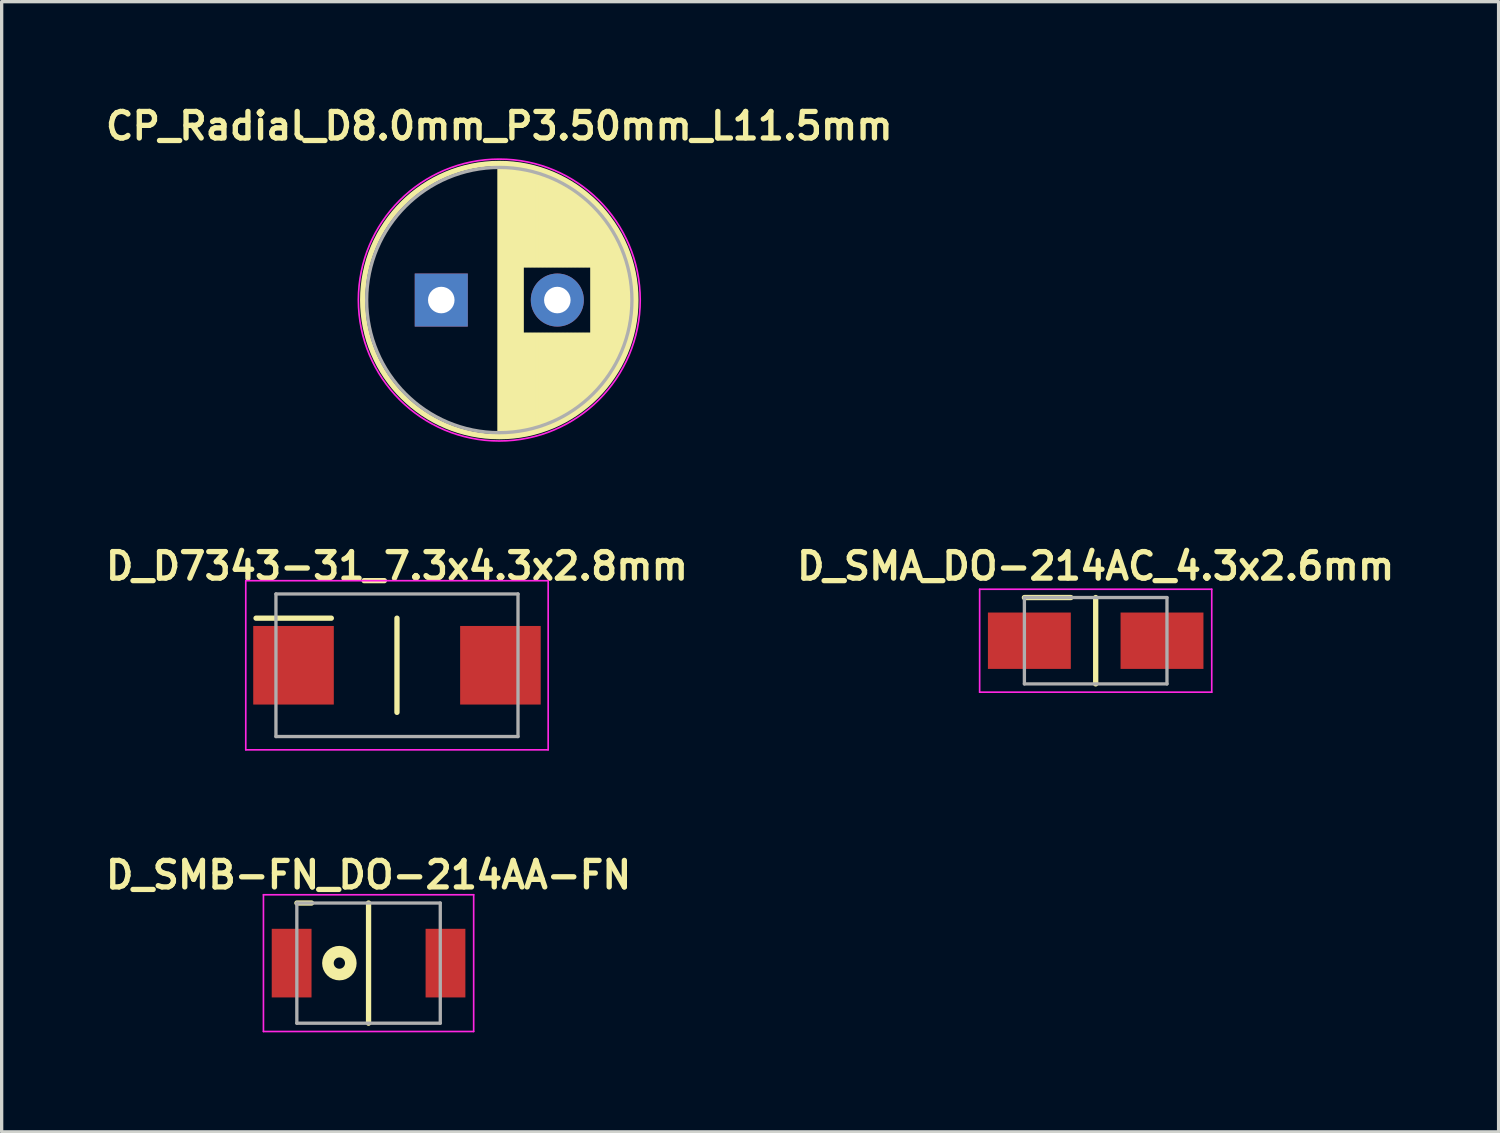
<source format=kicad_pcb>
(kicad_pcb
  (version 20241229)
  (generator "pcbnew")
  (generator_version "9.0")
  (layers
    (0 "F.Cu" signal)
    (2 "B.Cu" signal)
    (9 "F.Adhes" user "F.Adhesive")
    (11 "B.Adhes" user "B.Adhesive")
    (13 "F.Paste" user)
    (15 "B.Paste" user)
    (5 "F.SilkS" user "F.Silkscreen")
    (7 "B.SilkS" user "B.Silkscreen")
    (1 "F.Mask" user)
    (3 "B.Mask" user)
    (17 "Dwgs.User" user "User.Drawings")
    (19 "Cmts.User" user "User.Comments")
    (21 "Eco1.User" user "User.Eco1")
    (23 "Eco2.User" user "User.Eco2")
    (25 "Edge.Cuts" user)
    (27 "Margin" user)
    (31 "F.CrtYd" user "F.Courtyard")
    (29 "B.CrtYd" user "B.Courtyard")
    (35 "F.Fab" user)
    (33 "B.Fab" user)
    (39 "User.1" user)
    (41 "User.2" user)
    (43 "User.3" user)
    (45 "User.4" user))
  (footprint "D_SMB-FN_DO-214AA-FN"
    (layer "F.Cu")
    (at 8.065 25.996)
    (property "Reference" "D_SMB-FN_DO-214AA-FN" (at 0 -2.66 0) (layer "F.SilkS") (effects (font (size 0.8 0.8) (thickness 0.16))))
    (attr through_hole)
    (fp_line (start -2.16 -1.812) (end -1.72 -1.812) (stroke (width 0.16) (type solid)) (layer "F.SilkS"))
    (fp_line (start 0 -1.812) (end 0 1.812) (stroke (width 0.16) (type solid)) (layer "F.SilkS"))
    (fp_circle (center -0.88 0) (end -0.71 0) (stroke (width 0.35) (type solid)) (fill no) (layer "F.SilkS"))
    (fp_line (start -3.17 -2.062) (end -3.17 2.062) (stroke (width 0.05) (type solid)) (layer "F.CrtYd"))
    (fp_line (start -3.17 -2.062) (end 3.17 -2.062) (stroke (width 0.05) (type solid)) (layer "F.CrtYd"))
    (fp_line (start 3.17 2.062) (end -3.17 2.062) (stroke (width 0.05) (type solid)) (layer "F.CrtYd"))
    (fp_line (start 3.17 2.062) (end 3.17 -2.062) (stroke (width 0.05) (type solid)) (layer "F.CrtYd"))
    (fp_line (start -2.163 -1.812) (end -2.163 1.812) (stroke (width 0.1) (type solid)) (layer "F.Fab"))
    (fp_line (start -2.163 -1.812) (end 2.163 -1.812) (stroke (width 0.1) (type solid)) (layer "F.Fab"))
    (fp_line (start 2.163 1.812) (end -2.163 1.812) (stroke (width 0.1) (type solid)) (layer "F.Fab"))
    (fp_line (start 2.163 1.812) (end 2.163 -1.812) (stroke (width 0.1) (type solid)) (layer "F.Fab"))
    (pad "1" smd rect (at -2.32 0) (size 1.2 2.07) (layers "F.Cu" "F.Mask" "F.Paste"))
    (pad "2" smd rect (at 2.32 0) (size 1.2 2.07) (layers "F.Cu" "F.Mask" "F.Paste")))
  (footprint "D_SMA_DO-214AC_4.3x2.6mm"
    (layer "F.Cu")
    (at 29.994 16.273)
    (property "Reference" "D_SMA_DO-214AC_4.3x2.6mm" (at 0 -2.25 0) (layer "F.SilkS") (effects (font (size 0.8 0.8) (thickness 0.16))))
    (attr through_hole)
    (fp_line (start -0.75 -1.302) (end -2.15 -1.302) (stroke (width 0.16) (type solid)) (layer "F.SilkS"))
    (fp_line (start 0 -1.302) (end 0 1.302) (stroke (width 0.16) (type solid)) (layer "F.SilkS"))
    (fp_line (start -3.5 -1.552) (end -3.5 1.552) (stroke (width 0.05) (type solid)) (layer "F.CrtYd"))
    (fp_line (start -3.5 -1.552) (end 3.5 -1.552) (stroke (width 0.05) (type solid)) (layer "F.CrtYd"))
    (fp_line (start 3.5 -1.552) (end 3.5 1.552) (stroke (width 0.05) (type solid)) (layer "F.CrtYd"))
    (fp_line (start 3.5 1.552) (end -3.5 1.552) (stroke (width 0.05) (type solid)) (layer "F.CrtYd"))
    (fp_line (start -2.15 -1.302) (end -2.15 1.302) (stroke (width 0.1) (type solid)) (layer "F.Fab"))
    (fp_line (start -2.15 -1.302) (end 2.15 -1.302) (stroke (width 0.1) (type solid)) (layer "F.Fab"))
    (fp_line (start 2.15 1.302) (end -2.15 1.302) (stroke (width 0.1) (type solid)) (layer "F.Fab"))
    (fp_line (start 2.15 1.302) (end 2.15 -1.302) (stroke (width 0.1) (type solid)) (layer "F.Fab"))
    (pad "1" smd rect (at -2 0) (size 2.5 1.7) (layers "F.Cu" "F.Mask" "F.Paste"))
    (pad "2" smd rect (at 2 0) (size 2.5 1.7) (layers "F.Cu" "F.Mask" "F.Paste")))
  (footprint "D_D7343-31_7.3x4.3x2.8mm"
    (layer "F.Cu")
    (at 8.922 17.013)
    (property "Reference" "D_D7343-31_7.3x4.3x2.8mm" (at 0 -2.99 0) (layer "F.SilkS") (effects (font (size 0.8 0.8) (thickness 0.16))))
    (attr through_hole)
    (fp_line (start -4.25 -1.42) (end -1.98 -1.42) (stroke (width 0.16) (type solid)) (layer "F.SilkS"))
    (fp_line (start 0 -1.42) (end 0 1.42) (stroke (width 0.16) (type solid)) (layer "F.SilkS"))
    (fp_line (start -4.56 -2.55) (end -4.56 2.55) (stroke (width 0.05) (type solid)) (layer "F.CrtYd"))
    (fp_line (start -4.56 -2.55) (end 4.56 -2.55) (stroke (width 0.05) (type solid)) (layer "F.CrtYd"))
    (fp_line (start 4.56 2.55) (end -4.56 2.55) (stroke (width 0.05) (type solid)) (layer "F.CrtYd"))
    (fp_line (start 4.56 2.55) (end 4.56 -2.55) (stroke (width 0.05) (type solid)) (layer "F.CrtYd"))
    (fp_line (start -3.65 -2.15) (end -3.65 2.15) (stroke (width 0.1) (type solid)) (layer "F.Fab"))
    (fp_line (start -3.65 -2.15) (end 3.65 -2.15) (stroke (width 0.1) (type solid)) (layer "F.Fab"))
    (fp_line (start 3.65 2.15) (end -3.65 2.15) (stroke (width 0.1) (type solid)) (layer "F.Fab"))
    (fp_line (start 3.65 2.15) (end 3.65 -2.15) (stroke (width 0.1) (type solid)) (layer "F.Fab"))
    (pad "1" smd rect (at -3.12 0 90) (size 2.37 2.43) (layers "F.Cu" "F.Mask" "F.Paste"))
    (pad "2" smd rect (at 3.12 0 90) (size 2.37 2.43) (layers "F.Cu" "F.Mask" "F.Paste")))
  (footprint "CP_Radial_D8.0mm_P3.50mm_L11.5mm"
    (layer "F.Cu")
    (at 12.008 5.999)
    (property "Reference" "CP_Radial_D8.0mm_P3.50mm_L11.5mm" (at 0 -5.25 0) (layer "F.SilkS") (effects (font (size 0.8 0.8) (thickness 0.16))))
    (attr through_hole)
    (fp_line (start 0 -4.08) (end 0 4.08) (stroke (width 0.12) (type solid)) (layer "F.SilkS"))
    (fp_line (start 0.04 -4.08) (end 0.04 4.08) (stroke (width 0.12) (type solid)) (layer "F.SilkS"))
    (fp_line (start 0.08 -4.08) (end 0.08 4.08) (stroke (width 0.12) (type solid)) (layer "F.SilkS"))
    (fp_line (start 0.12 -4.079) (end 0.12 4.079) (stroke (width 0.12) (type solid)) (layer "F.SilkS"))
    (fp_line (start 0.16 -4.077) (end 0.16 4.077) (stroke (width 0.12) (type solid)) (layer "F.SilkS"))
    (fp_line (start 0.2 -4.076) (end 0.2 4.076) (stroke (width 0.12) (type solid)) (layer "F.SilkS"))
    (fp_line (start 0.24 -4.074) (end 0.24 4.074) (stroke (width 0.12) (type solid)) (layer "F.SilkS"))
    (fp_line (start 0.28 -4.071) (end 0.28 4.071) (stroke (width 0.12) (type solid)) (layer "F.SilkS"))
    (fp_line (start 0.32 -4.068) (end 0.32 4.068) (stroke (width 0.12) (type solid)) (layer "F.SilkS"))
    (fp_line (start 0.36 -4.065) (end 0.36 4.065) (stroke (width 0.12) (type solid)) (layer "F.SilkS"))
    (fp_line (start 0.4 -4.061) (end 0.4 4.061) (stroke (width 0.12) (type solid)) (layer "F.SilkS"))
    (fp_line (start 0.44 -4.057) (end 0.44 4.057) (stroke (width 0.12) (type solid)) (layer "F.SilkS"))
    (fp_line (start 0.48 -4.052) (end 0.48 4.052) (stroke (width 0.12) (type solid)) (layer "F.SilkS"))
    (fp_line (start 0.52 -4.048) (end 0.52 4.048) (stroke (width 0.12) (type solid)) (layer "F.SilkS"))
    (fp_line (start 0.56 -4.042) (end 0.56 4.042) (stroke (width 0.12) (type solid)) (layer "F.SilkS"))
    (fp_line (start 0.6 -4.037) (end 0.6 4.037) (stroke (width 0.12) (type solid)) (layer "F.SilkS"))
    (fp_line (start 0.64 -4.03) (end 0.64 4.03) (stroke (width 0.12) (type solid)) (layer "F.SilkS"))
    (fp_line (start 0.68 -4.024) (end 0.68 4.024) (stroke (width 0.12) (type solid)) (layer "F.SilkS"))
    (fp_line (start 0.721 -4.017) (end 0.721 -1.04) (stroke (width 0.12) (type solid)) (layer "F.SilkS"))
    (fp_line (start 0.721 1.04) (end 0.721 4.017) (stroke (width 0.12) (type solid)) (layer "F.SilkS"))
    (fp_line (start 0.761 -4.01) (end 0.761 -1.04) (stroke (width 0.12) (type solid)) (layer "F.SilkS"))
    (fp_line (start 0.761 1.04) (end 0.761 4.01) (stroke (width 0.12) (type solid)) (layer "F.SilkS"))
    (fp_line (start 0.801 -4.002) (end 0.801 -1.04) (stroke (width 0.12) (type solid)) (layer "F.SilkS"))
    (fp_line (start 0.801 1.04) (end 0.801 4.002) (stroke (width 0.12) (type solid)) (layer "F.SilkS"))
    (fp_line (start 0.841 -3.994) (end 0.841 -1.04) (stroke (width 0.12) (type solid)) (layer "F.SilkS"))
    (fp_line (start 0.841 1.04) (end 0.841 3.994) (stroke (width 0.12) (type solid)) (layer "F.SilkS"))
    (fp_line (start 0.881 -3.985) (end 0.881 -1.04) (stroke (width 0.12) (type solid)) (layer "F.SilkS"))
    (fp_line (start 0.881 1.04) (end 0.881 3.985) (stroke (width 0.12) (type solid)) (layer "F.SilkS"))
    (fp_line (start 0.921 -3.976) (end 0.921 -1.04) (stroke (width 0.12) (type solid)) (layer "F.SilkS"))
    (fp_line (start 0.921 1.04) (end 0.921 3.976) (stroke (width 0.12) (type solid)) (layer "F.SilkS"))
    (fp_line (start 0.961 -3.967) (end 0.961 -1.04) (stroke (width 0.12) (type solid)) (layer "F.SilkS"))
    (fp_line (start 0.961 1.04) (end 0.961 3.967) (stroke (width 0.12) (type solid)) (layer "F.SilkS"))
    (fp_line (start 1.001 -3.957) (end 1.001 -1.04) (stroke (width 0.12) (type solid)) (layer "F.SilkS"))
    (fp_line (start 1.001 1.04) (end 1.001 3.957) (stroke (width 0.12) (type solid)) (layer "F.SilkS"))
    (fp_line (start 1.041 -3.947) (end 1.041 -1.04) (stroke (width 0.12) (type solid)) (layer "F.SilkS"))
    (fp_line (start 1.041 1.04) (end 1.041 3.947) (stroke (width 0.12) (type solid)) (layer "F.SilkS"))
    (fp_line (start 1.081 -3.936) (end 1.081 -1.04) (stroke (width 0.12) (type solid)) (layer "F.SilkS"))
    (fp_line (start 1.081 1.04) (end 1.081 3.936) (stroke (width 0.12) (type solid)) (layer "F.SilkS"))
    (fp_line (start 1.121 -3.925) (end 1.121 -1.04) (stroke (width 0.12) (type solid)) (layer "F.SilkS"))
    (fp_line (start 1.121 1.04) (end 1.121 3.925) (stroke (width 0.12) (type solid)) (layer "F.SilkS"))
    (fp_line (start 1.161 -3.914) (end 1.161 -1.04) (stroke (width 0.12) (type solid)) (layer "F.SilkS"))
    (fp_line (start 1.161 1.04) (end 1.161 3.914) (stroke (width 0.12) (type solid)) (layer "F.SilkS"))
    (fp_line (start 1.201 -3.902) (end 1.201 -1.04) (stroke (width 0.12) (type solid)) (layer "F.SilkS"))
    (fp_line (start 1.201 1.04) (end 1.201 3.902) (stroke (width 0.12) (type solid)) (layer "F.SilkS"))
    (fp_line (start 1.241 -3.889) (end 1.241 -1.04) (stroke (width 0.12) (type solid)) (layer "F.SilkS"))
    (fp_line (start 1.241 1.04) (end 1.241 3.889) (stroke (width 0.12) (type solid)) (layer "F.SilkS"))
    (fp_line (start 1.281 -3.877) (end 1.281 -1.04) (stroke (width 0.12) (type solid)) (layer "F.SilkS"))
    (fp_line (start 1.281 1.04) (end 1.281 3.877) (stroke (width 0.12) (type solid)) (layer "F.SilkS"))
    (fp_line (start 1.321 -3.863) (end 1.321 -1.04) (stroke (width 0.12) (type solid)) (layer "F.SilkS"))
    (fp_line (start 1.321 1.04) (end 1.321 3.863) (stroke (width 0.12) (type solid)) (layer "F.SilkS"))
    (fp_line (start 1.361 -3.85) (end 1.361 -1.04) (stroke (width 0.12) (type solid)) (layer "F.SilkS"))
    (fp_line (start 1.361 1.04) (end 1.361 3.85) (stroke (width 0.12) (type solid)) (layer "F.SilkS"))
    (fp_line (start 1.401 -3.835) (end 1.401 -1.04) (stroke (width 0.12) (type solid)) (layer "F.SilkS"))
    (fp_line (start 1.401 1.04) (end 1.401 3.835) (stroke (width 0.12) (type solid)) (layer "F.SilkS"))
    (fp_line (start 1.441 -3.821) (end 1.441 -1.04) (stroke (width 0.12) (type solid)) (layer "F.SilkS"))
    (fp_line (start 1.441 1.04) (end 1.441 3.821) (stroke (width 0.12) (type solid)) (layer "F.SilkS"))
    (fp_line (start 1.481 -3.805) (end 1.481 -1.04) (stroke (width 0.12) (type solid)) (layer "F.SilkS"))
    (fp_line (start 1.481 1.04) (end 1.481 3.805) (stroke (width 0.12) (type solid)) (layer "F.SilkS"))
    (fp_line (start 1.521 -3.79) (end 1.521 -1.04) (stroke (width 0.12) (type solid)) (layer "F.SilkS"))
    (fp_line (start 1.521 1.04) (end 1.521 3.79) (stroke (width 0.12) (type solid)) (layer "F.SilkS"))
    (fp_line (start 1.561 -3.774) (end 1.561 -1.04) (stroke (width 0.12) (type solid)) (layer "F.SilkS"))
    (fp_line (start 1.561 1.04) (end 1.561 3.774) (stroke (width 0.12) (type solid)) (layer "F.SilkS"))
    (fp_line (start 1.601 -3.757) (end 1.601 -1.04) (stroke (width 0.12) (type solid)) (layer "F.SilkS"))
    (fp_line (start 1.601 1.04) (end 1.601 3.757) (stroke (width 0.12) (type solid)) (layer "F.SilkS"))
    (fp_line (start 1.641 -3.74) (end 1.641 -1.04) (stroke (width 0.12) (type solid)) (layer "F.SilkS"))
    (fp_line (start 1.641 1.04) (end 1.641 3.74) (stroke (width 0.12) (type solid)) (layer "F.SilkS"))
    (fp_line (start 1.681 -3.722) (end 1.681 -1.04) (stroke (width 0.12) (type solid)) (layer "F.SilkS"))
    (fp_line (start 1.681 1.04) (end 1.681 3.722) (stroke (width 0.12) (type solid)) (layer "F.SilkS"))
    (fp_line (start 1.721 -3.704) (end 1.721 -1.04) (stroke (width 0.12) (type solid)) (layer "F.SilkS"))
    (fp_line (start 1.721 1.04) (end 1.721 3.704) (stroke (width 0.12) (type solid)) (layer "F.SilkS"))
    (fp_line (start 1.761 -3.686) (end 1.761 -1.04) (stroke (width 0.12) (type solid)) (layer "F.SilkS"))
    (fp_line (start 1.761 1.04) (end 1.761 3.686) (stroke (width 0.12) (type solid)) (layer "F.SilkS"))
    (fp_line (start 1.801 -3.666) (end 1.801 -1.04) (stroke (width 0.12) (type solid)) (layer "F.SilkS"))
    (fp_line (start 1.801 1.04) (end 1.801 3.666) (stroke (width 0.12) (type solid)) (layer "F.SilkS"))
    (fp_line (start 1.841 -3.647) (end 1.841 -1.04) (stroke (width 0.12) (type solid)) (layer "F.SilkS"))
    (fp_line (start 1.841 1.04) (end 1.841 3.647) (stroke (width 0.12) (type solid)) (layer "F.SilkS"))
    (fp_line (start 1.881 -3.627) (end 1.881 -1.04) (stroke (width 0.12) (type solid)) (layer "F.SilkS"))
    (fp_line (start 1.881 1.04) (end 1.881 3.627) (stroke (width 0.12) (type solid)) (layer "F.SilkS"))
    (fp_line (start 1.921 -3.606) (end 1.921 -1.04) (stroke (width 0.12) (type solid)) (layer "F.SilkS"))
    (fp_line (start 1.921 1.04) (end 1.921 3.606) (stroke (width 0.12) (type solid)) (layer "F.SilkS"))
    (fp_line (start 1.961 -3.584) (end 1.961 -1.04) (stroke (width 0.12) (type solid)) (layer "F.SilkS"))
    (fp_line (start 1.961 1.04) (end 1.961 3.584) (stroke (width 0.12) (type solid)) (layer "F.SilkS"))
    (fp_line (start 2.001 -3.562) (end 2.001 -1.04) (stroke (width 0.12) (type solid)) (layer "F.SilkS"))
    (fp_line (start 2.001 1.04) (end 2.001 3.562) (stroke (width 0.12) (type solid)) (layer "F.SilkS"))
    (fp_line (start 2.041 -3.54) (end 2.041 -1.04) (stroke (width 0.12) (type solid)) (layer "F.SilkS"))
    (fp_line (start 2.041 1.04) (end 2.041 3.54) (stroke (width 0.12) (type solid)) (layer "F.SilkS"))
    (fp_line (start 2.081 -3.517) (end 2.081 -1.04) (stroke (width 0.12) (type solid)) (layer "F.SilkS"))
    (fp_line (start 2.081 1.04) (end 2.081 3.517) (stroke (width 0.12) (type solid)) (layer "F.SilkS"))
    (fp_line (start 2.121 -3.493) (end 2.121 -1.04) (stroke (width 0.12) (type solid)) (layer "F.SilkS"))
    (fp_line (start 2.121 1.04) (end 2.121 3.493) (stroke (width 0.12) (type solid)) (layer "F.SilkS"))
    (fp_line (start 2.161 -3.469) (end 2.161 -1.04) (stroke (width 0.12) (type solid)) (layer "F.SilkS"))
    (fp_line (start 2.161 1.04) (end 2.161 3.469) (stroke (width 0.12) (type solid)) (layer "F.SilkS"))
    (fp_line (start 2.201 -3.444) (end 2.201 -1.04) (stroke (width 0.12) (type solid)) (layer "F.SilkS"))
    (fp_line (start 2.201 1.04) (end 2.201 3.444) (stroke (width 0.12) (type solid)) (layer "F.SilkS"))
    (fp_line (start 2.241 -3.418) (end 2.241 -1.04) (stroke (width 0.12) (type solid)) (layer "F.SilkS"))
    (fp_line (start 2.241 1.04) (end 2.241 3.418) (stroke (width 0.12) (type solid)) (layer "F.SilkS"))
    (fp_line (start 2.281 -3.392) (end 2.281 -1.04) (stroke (width 0.12) (type solid)) (layer "F.SilkS"))
    (fp_line (start 2.281 1.04) (end 2.281 3.392) (stroke (width 0.12) (type solid)) (layer "F.SilkS"))
    (fp_line (start 2.321 -3.365) (end 2.321 -1.04) (stroke (width 0.12) (type solid)) (layer "F.SilkS"))
    (fp_line (start 2.321 1.04) (end 2.321 3.365) (stroke (width 0.12) (type solid)) (layer "F.SilkS"))
    (fp_line (start 2.361 -3.338) (end 2.361 -1.04) (stroke (width 0.12) (type solid)) (layer "F.SilkS"))
    (fp_line (start 2.361 1.04) (end 2.361 3.338) (stroke (width 0.12) (type solid)) (layer "F.SilkS"))
    (fp_line (start 2.401 -3.309) (end 2.401 -1.04) (stroke (width 0.12) (type solid)) (layer "F.SilkS"))
    (fp_line (start 2.401 1.04) (end 2.401 3.309) (stroke (width 0.12) (type solid)) (layer "F.SilkS"))
    (fp_line (start 2.441 -3.28) (end 2.441 -1.04) (stroke (width 0.12) (type solid)) (layer "F.SilkS"))
    (fp_line (start 2.441 1.04) (end 2.441 3.28) (stroke (width 0.12) (type solid)) (layer "F.SilkS"))
    (fp_line (start 2.481 -3.25) (end 2.481 -1.04) (stroke (width 0.12) (type solid)) (layer "F.SilkS"))
    (fp_line (start 2.481 1.04) (end 2.481 3.25) (stroke (width 0.12) (type solid)) (layer "F.SilkS"))
    (fp_line (start 2.521 -3.22) (end 2.521 -1.04) (stroke (width 0.12) (type solid)) (layer "F.SilkS"))
    (fp_line (start 2.521 1.04) (end 2.521 3.22) (stroke (width 0.12) (type solid)) (layer "F.SilkS"))
    (fp_line (start 2.561 -3.189) (end 2.561 -1.04) (stroke (width 0.12) (type solid)) (layer "F.SilkS"))
    (fp_line (start 2.561 1.04) (end 2.561 3.189) (stroke (width 0.12) (type solid)) (layer "F.SilkS"))
    (fp_line (start 2.601 -3.156) (end 2.601 -1.04) (stroke (width 0.12) (type solid)) (layer "F.SilkS"))
    (fp_line (start 2.601 1.04) (end 2.601 3.156) (stroke (width 0.12) (type solid)) (layer "F.SilkS"))
    (fp_line (start 2.641 -3.124) (end 2.641 -1.04) (stroke (width 0.12) (type solid)) (layer "F.SilkS"))
    (fp_line (start 2.641 1.04) (end 2.641 3.124) (stroke (width 0.12) (type solid)) (layer "F.SilkS"))
    (fp_line (start 2.681 -3.09) (end 2.681 -1.04) (stroke (width 0.12) (type solid)) (layer "F.SilkS"))
    (fp_line (start 2.681 1.04) (end 2.681 3.09) (stroke (width 0.12) (type solid)) (layer "F.SilkS"))
    (fp_line (start 2.721 -3.055) (end 2.721 -1.04) (stroke (width 0.12) (type solid)) (layer "F.SilkS"))
    (fp_line (start 2.721 1.04) (end 2.721 3.055) (stroke (width 0.12) (type solid)) (layer "F.SilkS"))
    (fp_line (start 2.761 -3.019) (end 2.761 -1.04) (stroke (width 0.12) (type solid)) (layer "F.SilkS"))
    (fp_line (start 2.761 1.04) (end 2.761 3.019) (stroke (width 0.12) (type solid)) (layer "F.SilkS"))
    (fp_line (start 2.801 -2.983) (end 2.801 2.983) (stroke (width 0.12) (type solid)) (layer "F.SilkS"))
    (fp_line (start 2.841 -2.945) (end 2.841 2.945) (stroke (width 0.12) (type solid)) (layer "F.SilkS"))
    (fp_line (start 2.881 -2.907) (end 2.881 2.907) (stroke (width 0.12) (type solid)) (layer "F.SilkS"))
    (fp_line (start 2.921 -2.867) (end 2.921 2.867) (stroke (width 0.12) (type solid)) (layer "F.SilkS"))
    (fp_line (start 2.961 -2.826) (end 2.961 2.826) (stroke (width 0.12) (type solid)) (layer "F.SilkS"))
    (fp_line (start 3.001 -2.784) (end 3.001 2.784) (stroke (width 0.12) (type solid)) (layer "F.SilkS"))
    (fp_line (start 3.041 -2.741) (end 3.041 2.741) (stroke (width 0.12) (type solid)) (layer "F.SilkS"))
    (fp_line (start 3.081 -2.697) (end 3.081 2.697) (stroke (width 0.12) (type solid)) (layer "F.SilkS"))
    (fp_line (start 3.121 -2.651) (end 3.121 2.651) (stroke (width 0.12) (type solid)) (layer "F.SilkS"))
    (fp_line (start 3.161 -2.604) (end 3.161 2.604) (stroke (width 0.12) (type solid)) (layer "F.SilkS"))
    (fp_line (start 3.201 -2.556) (end 3.201 2.556) (stroke (width 0.12) (type solid)) (layer "F.SilkS"))
    (fp_line (start 3.241 -2.505) (end 3.241 2.505) (stroke (width 0.12) (type solid)) (layer "F.SilkS"))
    (fp_line (start 3.281 -2.454) (end 3.281 2.454) (stroke (width 0.12) (type solid)) (layer "F.SilkS"))
    (fp_line (start 3.321 -2.4) (end 3.321 2.4) (stroke (width 0.12) (type solid)) (layer "F.SilkS"))
    (fp_line (start 3.361 -2.345) (end 3.361 2.345) (stroke (width 0.12) (type solid)) (layer "F.SilkS"))
    (fp_line (start 3.401 -2.287) (end 3.401 2.287) (stroke (width 0.12) (type solid)) (layer "F.SilkS"))
    (fp_line (start 3.441 -2.228) (end 3.441 2.228) (stroke (width 0.12) (type solid)) (layer "F.SilkS"))
    (fp_line (start 3.481 -2.166) (end 3.481 2.166) (stroke (width 0.12) (type solid)) (layer "F.SilkS"))
    (fp_line (start 3.521 -2.102) (end 3.521 2.102) (stroke (width 0.12) (type solid)) (layer "F.SilkS"))
    (fp_line (start 3.561 -2.034) (end 3.561 2.034) (stroke (width 0.12) (type solid)) (layer "F.SilkS"))
    (fp_line (start 3.601 -1.964) (end 3.601 1.964) (stroke (width 0.12) (type solid)) (layer "F.SilkS"))
    (fp_line (start 3.641 -1.89) (end 3.641 1.89) (stroke (width 0.12) (type solid)) (layer "F.SilkS"))
    (fp_line (start 3.681 -1.813) (end 3.681 1.813) (stroke (width 0.12) (type solid)) (layer "F.SilkS"))
    (fp_line (start 3.721 -1.731) (end 3.721 1.731) (stroke (width 0.12) (type solid)) (layer "F.SilkS"))
    (fp_line (start 3.761 -1.645) (end 3.761 1.645) (stroke (width 0.12) (type solid)) (layer "F.SilkS"))
    (fp_line (start 3.801 -1.552) (end 3.801 1.552) (stroke (width 0.12) (type solid)) (layer "F.SilkS"))
    (fp_line (start 3.841 -1.453) (end 3.841 1.453) (stroke (width 0.12) (type solid)) (layer "F.SilkS"))
    (fp_line (start 3.881 -1.346) (end 3.881 1.346) (stroke (width 0.12) (type solid)) (layer "F.SilkS"))
    (fp_line (start 3.921 -1.229) (end 3.921 1.229) (stroke (width 0.12) (type solid)) (layer "F.SilkS"))
    (fp_line (start 3.961 -1.098) (end 3.961 1.098) (stroke (width 0.12) (type solid)) (layer "F.SilkS"))
    (fp_line (start 4.001 -0.948) (end 4.001 0.948) (stroke (width 0.12) (type solid)) (layer "F.SilkS"))
    (fp_line (start 4.041 -0.768) (end 4.041 0.768) (stroke (width 0.12) (type solid)) (layer "F.SilkS"))
    (fp_line (start 4.081 -0.533) (end 4.081 0.533) (stroke (width 0.12) (type solid)) (layer "F.SilkS"))
    (fp_circle (center 0 0) (end 4.12 0) (stroke (width 0.16) (type solid)) (fill no) (layer "F.SilkS"))
    (fp_circle (center 0 0) (end 4.25 0) (stroke (width 0.05) (type solid)) (fill no) (layer "F.CrtYd"))
    (fp_circle (center 0 0) (end 4 0) (stroke (width 0.1) (type solid)) (fill no) (layer "F.Fab"))
    (pad "1" thru_hole rect (at -1.75 0) (size 1.6 1.6) (drill 0.8) (layers "*.Cu" "*.Mask"))
    (pad "2" thru_hole circle (at 1.75 0) (size 1.6 1.6) (drill 0.8) (layers "*.Cu" "*.Mask")))
  (gr_rect
    (start -3 -3)
    (end 42.145 31.084)
    (stroke (width 0.1) (type default))
    (fill no)
    (layer "Edge.Cuts")))
</source>
